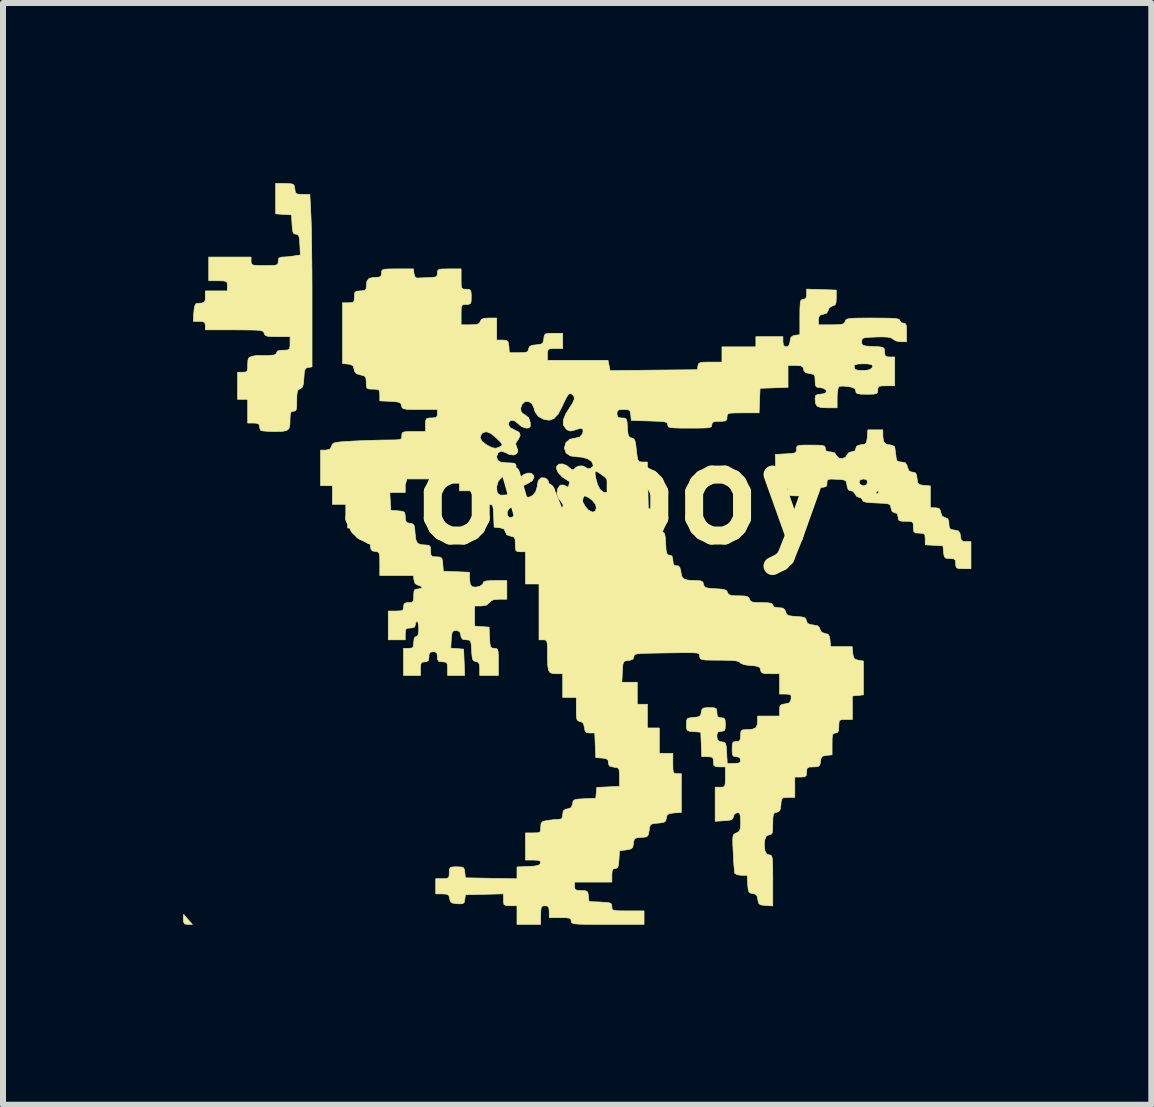
<source format=kicad_pcb>
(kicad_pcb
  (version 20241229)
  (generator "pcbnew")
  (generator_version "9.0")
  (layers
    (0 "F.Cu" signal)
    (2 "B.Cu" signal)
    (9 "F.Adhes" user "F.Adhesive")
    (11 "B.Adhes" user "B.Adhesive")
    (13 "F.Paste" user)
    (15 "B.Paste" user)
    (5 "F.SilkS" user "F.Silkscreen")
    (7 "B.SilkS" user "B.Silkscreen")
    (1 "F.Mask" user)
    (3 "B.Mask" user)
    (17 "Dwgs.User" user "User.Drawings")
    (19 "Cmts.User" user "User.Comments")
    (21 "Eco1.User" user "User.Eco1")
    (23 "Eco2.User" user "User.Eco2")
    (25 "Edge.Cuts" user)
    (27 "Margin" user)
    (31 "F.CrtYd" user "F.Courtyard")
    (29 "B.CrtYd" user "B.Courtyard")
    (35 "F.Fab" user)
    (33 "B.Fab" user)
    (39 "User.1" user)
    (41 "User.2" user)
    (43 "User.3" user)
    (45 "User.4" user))
  (footprint "cowboy"
    (layer "F.Cu")
    (at 6.665 5.184)
    (property "Reference" "cowboy" (at 0 0 0) (layer "F.SilkS") (effects (font (size 1.524 1.524) (thickness 0.3))))
    (attr through_hole)
    (fp_poly (pts (xy -6.653 7.001) (xy -6.632 7.028) (xy -6.588 7.08) (xy -6.578 7.091) (xy -6.509 7.168) (xy -6.585 7.168) (xy -6.638 7.161) (xy -6.658 7.126) (xy -6.66 7.079) (xy -6.659 7.021) (xy -6.654 7.001) (xy -6.653 7.001)) (stroke (width 0.01) (type solid)) (fill yes) (layer "F.SilkS"))
    (fp_poly (pts (xy -4.967 -5.177) (xy -4.878 -5.174) (xy -4.831 -5.164) (xy -4.811 -5.137) (xy -4.803 -5.086) (xy -4.803 -5.085) (xy -4.793 -5.029) (xy -4.768 -5.003) (xy -4.71 -4.996) (xy -4.673 -4.995) (xy -4.552 -4.995) (xy -4.534 -4.636) (xy -4.53 -4.523) (xy -4.526 -4.363) (xy -4.523 -4.165) (xy -4.52 -3.938) (xy -4.517 -3.691) (xy -4.516 -3.433) (xy -4.516 -3.198) (xy -4.516 -2.121) (xy -4.579 -2.112) (xy -4.615 -2.1) (xy -4.636 -2.07) (xy -4.647 -2.006) (xy -4.651 -1.937) (xy -4.659 -1.841) (xy -4.675 -1.787) (xy -4.702 -1.762) (xy -4.715 -1.758) (xy -4.745 -1.742) (xy -4.762 -1.706) (xy -4.769 -1.637) (xy -4.77 -1.563) (xy -4.771 -1.465) (xy -4.779 -1.41) (xy -4.798 -1.387) (xy -4.826 -1.383) (xy -4.862 -1.374) (xy -4.878 -1.339) (xy -4.882 -1.263) (xy -4.882 -1.258) (xy -4.885 -1.157) (xy -4.9 -1.094) (xy -4.939 -1.06) (xy -5.011 -1.047) (xy -5.129 -1.044) (xy -5.135 -1.044) (xy -5.241 -1.047) (xy -5.324 -1.053) (xy -5.369 -1.061) (xy -5.372 -1.063) (xy -5.388 -1.105) (xy -5.39 -1.134) (xy -5.404 -1.17) (xy -5.452 -1.184) (xy -5.489 -1.185) (xy -5.588 -1.185) (xy -5.588 -1.58) (xy -5.757 -1.58) (xy -5.757 -2.032) (xy -5.673 -2.032) (xy -5.62 -2.036) (xy -5.596 -2.057) (xy -5.588 -2.112) (xy -5.588 -2.157) (xy -5.584 -2.235) (xy -5.567 -2.275) (xy -5.526 -2.295) (xy -5.507 -2.299) (xy -5.441 -2.311) (xy -5.402 -2.312) (xy -5.36 -2.31) (xy -5.284 -2.31) (xy -5.242 -2.311) (xy -5.155 -2.318) (xy -5.114 -2.338) (xy -5.108 -2.357) (xy -5.09 -2.386) (xy -5.028 -2.398) (xy -4.995 -2.399) (xy -4.923 -2.402) (xy -4.891 -2.421) (xy -4.883 -2.472) (xy -4.882 -2.512) (xy -4.882 -2.625) (xy -5.091 -2.625) (xy -5.199 -2.626) (xy -5.264 -2.633) (xy -5.298 -2.649) (xy -5.313 -2.677) (xy -5.314 -2.681) (xy -5.322 -2.702) (xy -5.34 -2.717) (xy -5.375 -2.727) (xy -5.436 -2.733) (xy -5.531 -2.736) (xy -5.667 -2.737) (xy -5.811 -2.738) (xy -6.294 -2.738) (xy -6.294 -2.808) (xy -6.301 -2.856) (xy -6.334 -2.875) (xy -6.394 -2.879) (xy -6.494 -2.879) (xy -6.486 -3.027) (xy -6.475 -3.121) (xy -6.455 -3.169) (xy -6.435 -3.178) (xy -6.351 -3.185) (xy -6.31 -3.201) (xy -6.295 -3.237) (xy -6.294 -3.288) (xy -6.294 -3.387) (xy -5.927 -3.387) (xy -5.927 -3.471) (xy -5.929 -3.52) (xy -5.946 -3.545) (xy -5.992 -3.554) (xy -6.08 -3.556) (xy -6.237 -3.556) (xy -6.237 -3.951) (xy -5.532 -3.951) (xy -5.532 -3.881) (xy -5.529 -3.846) (xy -5.514 -3.825) (xy -5.475 -3.814) (xy -5.401 -3.81) (xy -5.306 -3.81) (xy -5.194 -3.811) (xy -5.127 -3.815) (xy -5.093 -3.828) (xy -5.081 -3.851) (xy -5.08 -3.881) (xy -5.07 -3.933) (xy -5.027 -3.95) (xy -5.002 -3.951) (xy -4.921 -3.956) (xy -4.826 -3.968) (xy -4.818 -3.969) (xy -4.711 -3.987) (xy -4.719 -4.16) (xy -4.726 -4.256) (xy -4.738 -4.308) (xy -4.76 -4.329) (xy -4.784 -4.332) (xy -4.816 -4.339) (xy -4.835 -4.37) (xy -4.845 -4.437) (xy -4.849 -4.493) (xy -4.857 -4.654) (xy -4.99 -4.662) (xy -5.122 -4.671) (xy -5.122 -5.179) (xy -4.967 -5.177)) (stroke (width 0.01) (type solid)) (fill yes) (layer "F.SilkS"))
    (fp_poly (pts (xy 4.995 -0.963) (xy 5.007 -0.876) (xy 5.05 -0.832) (xy 5.134 -0.818) (xy 5.139 -0.818) (xy 5.186 -0.797) (xy 5.196 -0.769) (xy 5.203 -0.71) (xy 5.206 -0.691) (xy 5.213 -0.642) (xy 5.217 -0.6) (xy 5.232 -0.553) (xy 5.281 -0.537) (xy 5.304 -0.536) (xy 5.365 -0.526) (xy 5.396 -0.485) (xy 5.405 -0.452) (xy 5.43 -0.389) (xy 5.477 -0.367) (xy 5.49 -0.367) (xy 5.535 -0.358) (xy 5.557 -0.322) (xy 5.565 -0.261) (xy 5.575 -0.191) (xy 5.603 -0.159) (xy 5.665 -0.148) (xy 5.68 -0.146) (xy 5.786 -0.138) (xy 5.786 0.226) (xy 5.868 0.226) (xy 5.929 0.235) (xy 5.955 0.273) (xy 5.96 0.303) (xy 5.983 0.367) (xy 6.032 0.39) (xy 6.077 0.408) (xy 6.094 0.455) (xy 6.096 0.494) (xy 6.102 0.56) (xy 6.13 0.588) (xy 6.188 0.598) (xy 6.252 0.612) (xy 6.28 0.648) (xy 6.288 0.699) (xy 6.301 0.762) (xy 6.334 0.787) (xy 6.38 0.79) (xy 6.463 0.79) (xy 6.463 1.242) (xy 6.336 1.242) (xy 6.258 1.239) (xy 6.221 1.225) (xy 6.21 1.189) (xy 6.209 1.157) (xy 6.203 1.1) (xy 6.175 1.077) (xy 6.112 1.072) (xy 6.048 1.068) (xy 6.019 1.043) (xy 6.007 0.982) (xy 6.006 0.967) (xy 5.997 0.861) (xy 5.849 0.852) (xy 5.701 0.844) (xy 5.701 0.746) (xy 5.696 0.681) (xy 5.671 0.654) (xy 5.609 0.649) (xy 5.602 0.649) (xy 5.536 0.645) (xy 5.509 0.62) (xy 5.503 0.558) (xy 5.503 0.55) (xy 5.501 0.49) (xy 5.482 0.461) (xy 5.433 0.452) (xy 5.376 0.452) (xy 5.298 0.449) (xy 5.261 0.434) (xy 5.25 0.4) (xy 5.249 0.381) (xy 5.236 0.325) (xy 5.195 0.31) (xy 5.15 0.29) (xy 5.131 0.233) (xy 5.125 0.195) (xy 5.108 0.171) (xy 5.069 0.158) (xy 4.997 0.151) (xy 4.889 0.147) (xy 4.77 0.141) (xy 4.697 0.13) (xy 4.663 0.114) (xy 4.657 0.098) (xy 4.633 0.064) (xy 4.604 0.056) (xy 4.554 0.033) (xy 4.536 0) (xy 4.513 -0.028) (xy 4.882 -0.028) (xy 4.892 -0.001) (xy 4.895 0) (xy 4.919 -0.02) (xy 4.925 -0.028) (xy 4.923 -0.054) (xy 4.912 -0.056) (xy 4.884 -0.036) (xy 4.882 -0.028) (xy 4.513 -0.028) (xy 4.498 -0.048) (xy 4.464 -0.056) (xy 4.421 -0.071) (xy 4.401 -0.123) (xy 4.397 -0.148) (xy 4.39 -0.196) (xy 4.599 -0.196) (xy 4.619 -0.16) (xy 4.669 -0.139) (xy 4.718 -0.154) (xy 4.741 -0.197) (xy 4.741 -0.198) (xy 4.725 -0.242) (xy 4.671 -0.254) (xy 4.615 -0.237) (xy 4.599 -0.196) (xy 4.39 -0.196) (xy 4.39 -0.2) (xy 4.37 -0.228) (xy 4.325 -0.241) (xy 4.238 -0.248) (xy 4.226 -0.248) (xy 4.135 -0.252) (xy 4.087 -0.246) (xy 4.067 -0.226) (xy 4.064 -0.186) (xy 4.064 -0.185) (xy 4.061 -0.146) (xy 4.043 -0.125) (xy 3.998 -0.115) (xy 3.913 -0.113) (xy 3.881 -0.113) (xy 3.782 -0.112) (xy 3.727 -0.105) (xy 3.703 -0.087) (xy 3.697 -0.054) (xy 3.697 -0.042) (xy 3.693 -0.000459) (xy 3.669 0.02) (xy 3.613 0.028) (xy 3.556 0.028) (xy 3.472 0.026) (xy 3.43 0.014) (xy 3.416 -0.014) (xy 3.415 -0.042) (xy 3.403 -0.096) (xy 3.357 -0.113) (xy 3.344 -0.113) (xy 3.29 -0.125) (xy 3.274 -0.17) (xy 3.274 -0.181) (xy 3.263 -0.237) (xy 3.243 -0.259) (xy 3.227 -0.291) (xy 3.214 -0.366) (xy 3.208 -0.466) (xy 3.203 -0.663) (xy 3.38 -0.672) (xy 3.476 -0.678) (xy 3.529 -0.688) (xy 3.551 -0.709) (xy 3.556 -0.746) (xy 3.556 -0.749) (xy 3.558 -0.783) (xy 3.573 -0.803) (xy 3.611 -0.814) (xy 3.683 -0.818) (xy 3.796 -0.818) (xy 3.913 -0.817) (xy 3.984 -0.813) (xy 4.021 -0.801) (xy 4.034 -0.781) (xy 4.036 -0.762) (xy 4.049 -0.72) (xy 4.1 -0.706) (xy 4.119 -0.706) (xy 4.19 -0.69) (xy 4.219 -0.649) (xy 4.261 -0.602) (xy 4.308 -0.593) (xy 4.373 -0.613) (xy 4.394 -0.649) (xy 4.432 -0.697) (xy 4.477 -0.706) (xy 4.53 -0.721) (xy 4.544 -0.76) (xy 4.56 -0.802) (xy 4.615 -0.821) (xy 4.636 -0.824) (xy 4.694 -0.834) (xy 4.722 -0.861) (xy 4.733 -0.922) (xy 4.736 -0.953) (xy 4.745 -1.072) (xy 4.995 -1.072) (xy 4.995 -0.963)) (stroke (width 0.01) (type solid)) (fill yes) (layer "F.SilkS"))
    (fp_poly (pts (xy -2.817 -3.676) (xy -2.8 -3.621) (xy -2.773 -3.601) (xy -2.726 -3.603) (xy -2.645 -3.606) (xy -2.582 -3.608) (xy -2.493 -3.613) (xy -2.447 -3.624) (xy -2.43 -3.649) (xy -2.427 -3.683) (xy -2.424 -3.72) (xy -2.407 -3.741) (xy -2.364 -3.751) (xy -2.282 -3.753) (xy -2.23 -3.754) (xy -2.032 -3.754) (xy -2.032 -3.584) (xy -2.031 -3.49) (xy -2.023 -3.44) (xy -2.002 -3.419) (xy -1.961 -3.415) (xy -1.947 -3.415) (xy -1.895 -3.411) (xy -1.871 -3.39) (xy -1.863 -3.336) (xy -1.863 -3.288) (xy -1.865 -3.21) (xy -1.879 -3.173) (xy -1.915 -3.162) (xy -1.947 -3.161) (xy -1.994 -3.159) (xy -2.019 -3.143) (xy -2.03 -3.101) (xy -2.032 -3.019) (xy -2.032 -2.992) (xy -2.032 -2.822) (xy -1.88 -2.822) (xy -1.789 -2.825) (xy -1.74 -2.839) (xy -1.717 -2.867) (xy -1.713 -2.879) (xy -1.693 -2.914) (xy -1.647 -2.931) (xy -1.569 -2.935) (xy -1.439 -2.935) (xy -1.439 -2.568) (xy -1.342 -2.568) (xy -1.278 -2.564) (xy -1.249 -2.539) (xy -1.238 -2.477) (xy -1.236 -2.462) (xy -1.228 -2.357) (xy -1.072 -2.357) (xy -0.982 -2.359) (xy -0.934 -2.37) (xy -0.913 -2.395) (xy -0.908 -2.419) (xy -0.892 -2.46) (xy -0.848 -2.481) (xy -0.781 -2.489) (xy -0.706 -2.498) (xy -0.67 -2.52) (xy -0.657 -2.568) (xy -0.654 -2.589) (xy -0.647 -2.642) (xy -0.627 -2.669) (xy -0.581 -2.68) (xy -0.494 -2.681) (xy -0.339 -2.681) (xy -0.339 -2.427) (xy -0.466 -2.427) (xy -0.544 -2.425) (xy -0.581 -2.411) (xy -0.592 -2.372) (xy -0.593 -2.328) (xy -0.593 -2.23) (xy 0.416 -2.23) (xy 0.433 -2.144) (xy 0.45 -2.059) (xy 1.178 -2.067) (xy 1.905 -2.074) (xy 1.914 -2.138) (xy 1.923 -2.171) (xy 1.948 -2.19) (xy 2 -2.199) (xy 2.093 -2.201) (xy 2.119 -2.201) (xy 2.314 -2.201) (xy 2.314 -2.455) (xy 2.879 -2.455) (xy 2.879 -2.625) (xy 3.33 -2.625) (xy 3.33 -2.54) (xy 3.339 -2.478) (xy 3.373 -2.456) (xy 3.385 -2.455) (xy 3.426 -2.471) (xy 3.446 -2.527) (xy 3.448 -2.547) (xy 3.463 -2.613) (xy 3.501 -2.641) (xy 3.535 -2.648) (xy 3.612 -2.657) (xy 3.612 -2.951) (xy 3.613 -3.083) (xy 3.617 -3.168) (xy 3.625 -3.217) (xy 3.639 -3.239) (xy 3.662 -3.245) (xy 3.669 -3.246) (xy 3.71 -3.259) (xy 3.725 -3.308) (xy 3.725 -3.331) (xy 3.725 -3.417) (xy 3.972 -3.409) (xy 4.219 -3.401) (xy 4.219 -3.274) (xy 4.215 -3.194) (xy 4.199 -3.154) (xy 4.163 -3.139) (xy 4.157 -3.138) (xy 4.102 -3.105) (xy 4.087 -3.067) (xy 4.059 -3.016) (xy 4 -2.997) (xy 3.944 -2.981) (xy 3.924 -2.937) (xy 3.923 -2.905) (xy 3.923 -2.822) (xy 4.137 -2.822) (xy 4.247 -2.824) (xy 4.314 -2.831) (xy 4.349 -2.846) (xy 4.364 -2.872) (xy 4.366 -2.879) (xy 4.375 -2.9) (xy 4.393 -2.915) (xy 4.43 -2.925) (xy 4.494 -2.931) (xy 4.593 -2.934) (xy 4.735 -2.935) (xy 4.829 -2.935) (xy 5 -2.934) (xy 5.123 -2.932) (xy 5.204 -2.927) (xy 5.252 -2.918) (xy 5.274 -2.905) (xy 5.278 -2.893) (xy 5.301 -2.858) (xy 5.334 -2.85) (xy 5.367 -2.844) (xy 5.384 -2.815) (xy 5.39 -2.75) (xy 5.39 -2.695) (xy 5.39 -2.54) (xy 5.295 -2.54) (xy 5.219 -2.552) (xy 5.165 -2.582) (xy 5.164 -2.583) (xy 5.133 -2.605) (xy 5.077 -2.617) (xy 4.985 -2.621) (xy 4.885 -2.619) (xy 4.768 -2.614) (xy 4.697 -2.607) (xy 4.659 -2.595) (xy 4.645 -2.573) (xy 4.643 -2.54) (xy 4.646 -2.502) (xy 4.665 -2.481) (xy 4.711 -2.469) (xy 4.797 -2.463) (xy 4.833 -2.461) (xy 4.934 -2.456) (xy 4.991 -2.447) (xy 5.016 -2.428) (xy 5.023 -2.394) (xy 5.024 -2.369) (xy 5.031 -2.31) (xy 5.064 -2.289) (xy 5.108 -2.286) (xy 5.193 -2.286) (xy 5.193 -1.806) (xy 5.052 -1.806) (xy 4.968 -1.804) (xy 4.926 -1.792) (xy 4.912 -1.764) (xy 4.911 -1.736) (xy 4.907 -1.698) (xy 4.889 -1.677) (xy 4.843 -1.667) (xy 4.757 -1.665) (xy 4.727 -1.665) (xy 4.628 -1.667) (xy 4.572 -1.675) (xy 4.548 -1.693) (xy 4.544 -1.72) (xy 4.531 -1.757) (xy 4.485 -1.78) (xy 4.419 -1.793) (xy 4.336 -1.801) (xy 4.276 -1.798) (xy 4.264 -1.793) (xy 4.247 -1.757) (xy 4.236 -1.682) (xy 4.233 -1.607) (xy 4.233 -1.439) (xy 4.067 -1.439) (xy 3.962 -1.444) (xy 3.901 -1.465) (xy 3.873 -1.511) (xy 3.866 -1.592) (xy 3.866 -1.597) (xy 3.876 -1.646) (xy 3.917 -1.664) (xy 3.949 -1.665) (xy 4.015 -1.675) (xy 4.052 -1.696) (xy 4.05 -1.734) (xy 4.005 -1.765) (xy 3.932 -1.778) (xy 3.93 -1.778) (xy 3.889 -1.786) (xy 3.87 -1.819) (xy 3.866 -1.889) (xy 3.863 -1.961) (xy 3.842 -1.995) (xy 3.792 -2.007) (xy 3.775 -2.009) (xy 3.706 -2.026) (xy 3.677 -2.066) (xy 3.674 -2.081) (xy 3.661 -2.121) (xy 3.633 -2.135) (xy 4.516 -2.135) (xy 4.528 -2.087) (xy 4.534 -2.079) (xy 4.576 -2.065) (xy 4.649 -2.061) (xy 4.727 -2.065) (xy 4.781 -2.077) (xy 4.82 -2.112) (xy 4.826 -2.134) (xy 4.809 -2.158) (xy 4.751 -2.17) (xy 4.671 -2.173) (xy 4.573 -2.168) (xy 4.524 -2.153) (xy 4.516 -2.135) (xy 3.633 -2.135) (xy 3.625 -2.14) (xy 3.55 -2.145) (xy 3.54 -2.145) (xy 3.415 -2.145) (xy 3.415 -1.78) (xy 3.182 -1.772) (xy 2.949 -1.764) (xy 2.933 -1.355) (xy 2.666 -1.355) (xy 2.542 -1.354) (xy 2.464 -1.351) (xy 2.421 -1.342) (xy 2.403 -1.324) (xy 2.399 -1.296) (xy 2.399 -1.284) (xy 2.394 -1.241) (xy 2.368 -1.22) (xy 2.306 -1.214) (xy 2.272 -1.214) (xy 2.193 -1.21) (xy 2.155 -1.195) (xy 2.145 -1.161) (xy 2.145 -1.157) (xy 2.142 -1.134) (xy 2.126 -1.118) (xy 2.09 -1.108) (xy 2.023 -1.103) (xy 1.917 -1.101) (xy 1.778 -1.101) (xy 1.628 -1.101) (xy 1.526 -1.104) (xy 1.462 -1.109) (xy 1.427 -1.12) (xy 1.414 -1.136) (xy 1.411 -1.156) (xy 1.407 -1.181) (xy 1.388 -1.197) (xy 1.344 -1.208) (xy 1.265 -1.214) (xy 1.143 -1.219) (xy 1.108 -1.22) (xy 0.804 -1.228) (xy 0.795 -1.319) (xy 0.785 -1.379) (xy 0.758 -1.405) (xy 0.696 -1.411) (xy 0.676 -1.411) (xy 0.604 -1.407) (xy 0.572 -1.388) (xy 0.564 -1.345) (xy 0.564 -1.341) (xy 0.574 -1.29) (xy 0.613 -1.272) (xy 0.648 -1.27) (xy 0.695 -1.267) (xy 0.72 -1.25) (xy 0.733 -1.204) (xy 0.739 -1.116) (xy 0.739 -1.108) (xy 0.747 -1.015) (xy 0.761 -0.964) (xy 0.787 -0.942) (xy 0.809 -0.937) (xy 0.842 -0.926) (xy 0.863 -0.895) (xy 0.877 -0.832) (xy 0.889 -0.732) (xy 0.901 -0.63) (xy 0.913 -0.571) (xy 0.933 -0.544) (xy 0.966 -0.537) (xy 0.99 -0.536) (xy 1.071 -0.536) (xy 1.079 -0.148) (xy 1.087 0.24) (xy 1.164 0.249) (xy 1.206 0.257) (xy 1.229 0.277) (xy 1.239 0.323) (xy 1.242 0.408) (xy 1.242 0.437) (xy 1.244 0.535) (xy 1.252 0.591) (xy 1.271 0.616) (xy 1.305 0.626) (xy 1.339 0.636) (xy 1.36 0.663) (xy 1.37 0.719) (xy 1.377 0.818) (xy 1.377 0.826) (xy 1.383 0.928) (xy 1.394 0.985) (xy 1.413 1.011) (xy 1.441 1.016) (xy 1.481 1.03) (xy 1.495 1.081) (xy 1.496 1.101) (xy 1.504 1.161) (xy 1.524 1.189) (xy 1.524 1.189) (xy 1.578 1.195) (xy 1.587 1.196) (xy 1.613 1.223) (xy 1.63 1.286) (xy 1.631 1.302) (xy 1.645 1.37) (xy 1.679 1.411) (xy 1.745 1.432) (xy 1.854 1.439) (xy 1.882 1.439) (xy 1.959 1.444) (xy 1.995 1.463) (xy 2.009 1.503) (xy 2.019 1.537) (xy 2.046 1.557) (xy 2.103 1.568) (xy 2.203 1.575) (xy 2.205 1.575) (xy 2.309 1.582) (xy 2.368 1.594) (xy 2.398 1.616) (xy 2.407 1.638) (xy 2.424 1.669) (xy 2.461 1.686) (xy 2.534 1.693) (xy 2.591 1.693) (xy 2.687 1.696) (xy 2.741 1.707) (xy 2.767 1.73) (xy 2.774 1.75) (xy 2.789 1.78) (xy 2.823 1.798) (xy 2.888 1.805) (xy 2.975 1.806) (xy 3.079 1.809) (xy 3.137 1.819) (xy 3.159 1.838) (xy 3.161 1.849) (xy 3.182 1.88) (xy 3.251 1.891) (xy 3.259 1.891) (xy 3.33 1.898) (xy 3.364 1.929) (xy 3.375 1.96) (xy 3.391 2) (xy 3.424 2.022) (xy 3.488 2.033) (xy 3.552 2.038) (xy 3.644 2.045) (xy 3.694 2.059) (xy 3.715 2.086) (xy 3.72 2.108) (xy 3.739 2.152) (xy 3.79 2.173) (xy 3.833 2.179) (xy 3.906 2.192) (xy 3.939 2.223) (xy 3.946 2.249) (xy 3.974 2.301) (xy 4.03 2.32) (xy 4.082 2.334) (xy 4.106 2.372) (xy 4.115 2.434) (xy 4.124 2.54) (xy 4.484 2.54) (xy 4.493 2.646) (xy 4.505 2.717) (xy 4.534 2.751) (xy 4.586 2.766) (xy 4.671 2.78) (xy 4.671 3.344) (xy 4.579 3.353) (xy 4.487 3.362) (xy 4.487 3.754) (xy 4.374 3.754) (xy 4.302 3.756) (xy 4.27 3.775) (xy 4.262 3.827) (xy 4.262 3.866) (xy 4.257 3.94) (xy 4.238 3.973) (xy 4.205 3.979) (xy 4.174 3.985) (xy 4.157 4.011) (xy 4.15 4.069) (xy 4.149 4.161) (xy 4.149 4.343) (xy 4.057 4.351) (xy 3.992 4.365) (xy 3.964 4.402) (xy 3.956 4.452) (xy 3.946 4.511) (xy 3.919 4.537) (xy 3.857 4.544) (xy 3.836 4.544) (xy 3.765 4.547) (xy 3.733 4.566) (xy 3.725 4.612) (xy 3.725 4.628) (xy 3.72 4.685) (xy 3.692 4.709) (xy 3.627 4.713) (xy 3.528 4.713) (xy 3.528 5.052) (xy 3.417 5.052) (xy 3.347 5.055) (xy 3.313 5.073) (xy 3.3 5.124) (xy 3.297 5.172) (xy 3.286 5.25) (xy 3.262 5.288) (xy 3.224 5.301) (xy 3.19 5.31) (xy 3.171 5.336) (xy 3.163 5.392) (xy 3.161 5.49) (xy 3.161 5.491) (xy 3.159 5.59) (xy 3.151 5.645) (xy 3.132 5.668) (xy 3.107 5.673) (xy 3.054 5.694) (xy 3.026 5.762) (xy 3.02 5.842) (xy 3.031 5.945) (xy 3.066 6) (xy 3.107 6.011) (xy 3.128 6.015) (xy 3.142 6.031) (xy 3.152 6.067) (xy 3.157 6.133) (xy 3.16 6.236) (xy 3.161 6.385) (xy 3.161 6.436) (xy 3.161 6.861) (xy 3.041 6.853) (xy 2.965 6.844) (xy 2.929 6.822) (xy 2.915 6.776) (xy 2.912 6.754) (xy 2.897 6.689) (xy 2.858 6.661) (xy 2.828 6.655) (xy 2.783 6.645) (xy 2.759 6.619) (xy 2.748 6.561) (xy 2.743 6.498) (xy 2.735 6.35) (xy 2.636 6.35) (xy 2.568 6.341) (xy 2.529 6.319) (xy 2.527 6.315) (xy 2.522 6.273) (xy 2.514 6.189) (xy 2.507 6.075) (xy 2.502 5.975) (xy 2.495 5.841) (xy 2.494 5.752) (xy 2.499 5.698) (xy 2.511 5.669) (xy 2.534 5.653) (xy 2.556 5.644) (xy 2.596 5.622) (xy 2.616 5.587) (xy 2.624 5.52) (xy 2.625 5.462) (xy 2.622 5.372) (xy 2.611 5.324) (xy 2.588 5.307) (xy 2.57 5.306) (xy 2.521 5.33) (xy 2.507 5.369) (xy 2.494 5.407) (xy 2.46 5.428) (xy 2.391 5.439) (xy 2.349 5.441) (xy 2.201 5.45) (xy 2.201 4.882) (xy 2.286 4.882) (xy 2.333 4.88) (xy 2.358 4.865) (xy 2.369 4.823) (xy 2.371 4.741) (xy 2.371 4.713) (xy 2.371 4.544) (xy 2.272 4.544) (xy 2.206 4.539) (xy 2.178 4.515) (xy 2.173 4.459) (xy 2.167 4.402) (xy 2.139 4.379) (xy 2.076 4.374) (xy 1.978 4.374) (xy 1.961 3.965) (xy 1.841 3.957) (xy 1.766 3.949) (xy 1.732 3.929) (xy 1.722 3.881) (xy 1.722 3.838) (xy 1.724 3.769) (xy 1.743 3.736) (xy 1.794 3.724) (xy 1.841 3.72) (xy 1.918 3.71) (xy 1.955 3.689) (xy 1.969 3.644) (xy 1.97 3.634) (xy 1.981 3.585) (xy 2.009 3.563) (xy 2.072 3.556) (xy 2.104 3.556) (xy 2.182 3.559) (xy 2.218 3.573) (xy 2.229 3.61) (xy 2.23 3.641) (xy 2.237 3.701) (xy 2.269 3.723) (xy 2.3 3.725) (xy 2.346 3.731) (xy 2.366 3.761) (xy 2.371 3.828) (xy 2.371 3.838) (xy 2.367 3.911) (xy 2.349 3.943) (xy 2.306 3.951) (xy 2.3 3.951) (xy 2.249 3.961) (xy 2.231 4) (xy 2.23 4.034) (xy 2.239 4.095) (xy 2.277 4.121) (xy 2.307 4.126) (xy 2.35 4.134) (xy 2.374 4.156) (xy 2.386 4.205) (xy 2.392 4.294) (xy 2.393 4.311) (xy 2.402 4.487) (xy 2.513 4.487) (xy 2.586 4.482) (xy 2.619 4.463) (xy 2.625 4.431) (xy 2.608 4.387) (xy 2.554 4.374) (xy 2.511 4.369) (xy 2.49 4.343) (xy 2.484 4.282) (xy 2.484 4.247) (xy 2.486 4.169) (xy 2.501 4.132) (xy 2.535 4.121) (xy 2.554 4.12) (xy 2.602 4.113) (xy 2.621 4.08) (xy 2.625 4.022) (xy 2.629 3.955) (xy 2.654 3.928) (xy 2.715 3.923) (xy 2.721 3.923) (xy 2.823 3.916) (xy 2.88 3.89) (xy 2.904 3.838) (xy 2.907 3.793) (xy 2.907 3.697) (xy 3.274 3.697) (xy 3.274 3.6) (xy 3.279 3.534) (xy 3.307 3.505) (xy 3.365 3.494) (xy 3.431 3.48) (xy 3.46 3.442) (xy 3.466 3.408) (xy 3.467 3.356) (xy 3.442 3.335) (xy 3.377 3.33) (xy 3.374 3.33) (xy 3.274 3.33) (xy 3.274 2.992) (xy 3.121 2.992) (xy 3.031 2.989) (xy 2.984 2.978) (xy 2.963 2.952) (xy 2.958 2.928) (xy 2.946 2.891) (xy 2.914 2.87) (xy 2.847 2.859) (xy 2.794 2.856) (xy 2.688 2.842) (xy 2.626 2.817) (xy 2.616 2.806) (xy 2.593 2.788) (xy 2.542 2.776) (xy 2.455 2.769) (xy 2.323 2.766) (xy 2.272 2.766) (xy 2.134 2.765) (xy 2.042 2.763) (xy 1.987 2.756) (xy 1.958 2.743) (xy 1.946 2.722) (xy 1.942 2.702) (xy 1.94 2.682) (xy 1.937 2.666) (xy 1.926 2.655) (xy 1.9 2.647) (xy 1.852 2.643) (xy 1.777 2.641) (xy 1.666 2.641) (xy 1.515 2.643) (xy 1.315 2.646) (xy 1.256 2.647) (xy 1.096 2.65) (xy 0.984 2.653) (xy 0.912 2.659) (xy 0.871 2.669) (xy 0.852 2.683) (xy 0.847 2.703) (xy 0.847 2.708) (xy 0.831 2.749) (xy 0.775 2.769) (xy 0.755 2.771) (xy 0.705 2.778) (xy 0.677 2.796) (xy 0.663 2.838) (xy 0.657 2.919) (xy 0.655 2.956) (xy 0.646 3.133) (xy 0.903 3.133) (xy 0.903 3.5) (xy 1.072 3.5) (xy 1.072 3.895) (xy 1.27 3.895) (xy 1.27 4.318) (xy 1.496 4.318) (xy 1.496 4.487) (xy 1.497 4.581) (xy 1.505 4.632) (xy 1.526 4.653) (xy 1.564 4.657) (xy 1.566 4.657) (xy 1.637 4.657) (xy 1.637 5.303) (xy 1.517 5.311) (xy 1.44 5.321) (xy 1.403 5.343) (xy 1.389 5.388) (xy 1.388 5.396) (xy 1.377 5.443) (xy 1.348 5.467) (xy 1.284 5.478) (xy 1.247 5.481) (xy 1.167 5.488) (xy 1.126 5.506) (xy 1.108 5.548) (xy 1.101 5.602) (xy 1.088 5.674) (xy 1.063 5.707) (xy 1.008 5.717) (xy 0.98 5.718) (xy 0.899 5.724) (xy 0.858 5.743) (xy 0.842 5.789) (xy 0.838 5.832) (xy 0.827 5.885) (xy 0.794 5.912) (xy 0.722 5.926) (xy 0.719 5.927) (xy 0.607 5.941) (xy 0.598 6.089) (xy 0.59 6.177) (xy 0.575 6.222) (xy 0.546 6.237) (xy 0.535 6.237) (xy 0.499 6.247) (xy 0.483 6.287) (xy 0.48 6.35) (xy 0.48 6.463) (xy -0.141 6.463) (xy -0.141 6.533) (xy -0.135 6.579) (xy -0.105 6.599) (xy -0.037 6.604) (xy -0.03 6.604) (xy 0.042 6.608) (xy 0.076 6.628) (xy 0.088 6.679) (xy 0.09 6.696) (xy 0.099 6.787) (xy 0.289 6.796) (xy 0.39 6.802) (xy 0.447 6.811) (xy 0.473 6.829) (xy 0.48 6.861) (xy 0.48 6.873) (xy 0.482 6.905) (xy 0.495 6.926) (xy 0.53 6.937) (xy 0.596 6.942) (xy 0.706 6.943) (xy 0.748 6.943) (xy 1.016 6.943) (xy 1.016 7.168) (xy 0.409 7.168) (xy 0.21 7.168) (xy 0.059 7.167) (xy -0.049 7.165) (xy -0.121 7.16) (xy -0.165 7.153) (xy -0.188 7.142) (xy -0.196 7.127) (xy -0.198 7.112) (xy -0.203 7.081) (xy -0.229 7.064) (xy -0.286 7.057) (xy -0.381 7.056) (xy -0.564 7.056) (xy -0.564 6.957) (xy -0.57 6.89) (xy -0.593 6.863) (xy -0.635 6.858) (xy -0.675 6.862) (xy -0.696 6.883) (xy -0.704 6.936) (xy -0.706 7.013) (xy -0.706 7.168) (xy -1.101 7.168) (xy -1.101 6.858) (xy -1.214 6.858) (xy -1.286 6.855) (xy -1.318 6.837) (xy -1.326 6.788) (xy -1.326 6.758) (xy -1.326 6.659) (xy -1.961 6.675) (xy -1.971 6.754) (xy -1.981 6.803) (xy -2.008 6.824) (xy -2.068 6.826) (xy -2.098 6.824) (xy -2.173 6.814) (xy -2.21 6.792) (xy -2.223 6.746) (xy -2.224 6.738) (xy -2.236 6.688) (xy -2.268 6.666) (xy -2.338 6.66) (xy -2.344 6.66) (xy -2.455 6.66) (xy -2.455 6.406) (xy -2.342 6.406) (xy -2.27 6.403) (xy -2.238 6.385) (xy -2.23 6.337) (xy -2.23 6.308) (xy -2.227 6.247) (xy -2.208 6.218) (xy -2.158 6.209) (xy -2.104 6.209) (xy -2.027 6.212) (xy -1.989 6.227) (xy -1.974 6.267) (xy -1.97 6.301) (xy -1.961 6.392) (xy -1.531 6.4) (xy -1.101 6.408) (xy -1.101 6.211) (xy -0.91 6.203) (xy -0.805 6.196) (xy -0.745 6.183) (xy -0.717 6.162) (xy -0.711 6.145) (xy -0.714 6.115) (xy -0.748 6.1) (xy -0.824 6.096) (xy -0.83 6.096) (xy -0.96 6.096) (xy -0.96 5.644) (xy -0.833 5.644) (xy -0.755 5.642) (xy -0.718 5.628) (xy -0.706 5.59) (xy -0.706 5.549) (xy -0.7 5.486) (xy -0.674 5.455) (xy -0.609 5.438) (xy -0.6 5.437) (xy -0.506 5.425) (xy -0.421 5.419) (xy -0.416 5.419) (xy -0.361 5.411) (xy -0.341 5.374) (xy -0.339 5.336) (xy -0.33 5.275) (xy -0.291 5.249) (xy -0.261 5.244) (xy -0.2 5.224) (xy -0.176 5.17) (xy -0.175 5.159) (xy -0.167 5.118) (xy -0.146 5.094) (xy -0.099 5.082) (xy -0.013 5.076) (xy 0.023 5.074) (xy 0.212 5.066) (xy 0.22 4.975) (xy 0.229 4.885) (xy 0.418 4.877) (xy 0.607 4.868) (xy 0.607 4.713) (xy 0.605 4.624) (xy 0.596 4.577) (xy 0.569 4.557) (xy 0.518 4.549) (xy 0.515 4.549) (xy 0.45 4.535) (xy 0.426 4.502) (xy 0.423 4.473) (xy 0.415 4.428) (xy 0.379 4.406) (xy 0.318 4.397) (xy 0.212 4.389) (xy 0.203 4.184) (xy 0.195 3.979) (xy 0.113 3.979) (xy 0.056 3.972) (xy 0.031 3.937) (xy 0.023 3.888) (xy 0.006 3.819) (xy -0.034 3.79) (xy -0.049 3.787) (xy -0.083 3.778) (xy -0.102 3.753) (xy -0.111 3.701) (xy -0.113 3.608) (xy -0.113 3.582) (xy -0.113 3.387) (xy -0.339 3.387) (xy -0.339 2.992) (xy -0.449 2.992) (xy -0.51 2.988) (xy -0.551 2.971) (xy -0.576 2.932) (xy -0.588 2.86) (xy -0.592 2.747) (xy -0.593 2.665) (xy -0.593 2.549) (xy -0.598 2.479) (xy -0.609 2.443) (xy -0.63 2.429) (xy -0.663 2.427) (xy -0.734 2.427) (xy -0.734 1.496) (xy -0.96 1.496) (xy -0.96 0.96) (xy -1.044 0.96) (xy -1.097 0.956) (xy -1.121 0.934) (xy -1.128 0.879) (xy -1.129 0.834) (xy -1.132 0.756) (xy -1.148 0.718) (xy -1.186 0.703) (xy -1.206 0.7) (xy -1.271 0.677) (xy -1.293 0.63) (xy -1.316 0.582) (xy -1.376 0.561) (xy -1.392 0.559) (xy -1.482 0.55) (xy -1.49 0.36) (xy -1.494 0.292) (xy -1.264 0.292) (xy -1.261 0.349) (xy -1.23 0.391) (xy -1.181 0.382) (xy -1.167 0.374) (xy -1.138 0.332) (xy -1.125 0.282) (xy -1.127 0.228) (xy -1.163 0.212) (xy -1.168 0.212) (xy -1.229 0.236) (xy -1.264 0.292) (xy -1.494 0.292) (xy -1.495 0.259) (xy -1.504 0.202) (xy -1.523 0.176) (xy -1.557 0.17) (xy -1.582 0.169) (xy -1.635 0.165) (xy -1.659 0.14) (xy -1.665 0.08) (xy -1.665 0.056) (xy -1.665 -0.056) (xy -2.06 -0.056) (xy -2.06 -0.254) (xy -2.963 -0.254) (xy -2.963 -0.028) (xy -3.22 -0.028) (xy -3.212 0.12) (xy -3.203 0.268) (xy -3.083 0.277) (xy -3.008 0.285) (xy -2.973 0.305) (xy -2.964 0.349) (xy -2.963 0.381) (xy -2.957 0.447) (xy -2.929 0.476) (xy -2.886 0.485) (xy -2.841 0.494) (xy -2.816 0.519) (xy -2.805 0.574) (xy -2.799 0.648) (xy -2.788 0.753) (xy -2.761 0.813) (xy -2.71 0.84) (xy -2.632 0.846) (xy -2.57 0.851) (xy -2.545 0.878) (xy -2.54 0.943) (xy -2.54 0.945) (xy -2.536 1.012) (xy -2.511 1.039) (xy -2.449 1.044) (xy -2.443 1.044) (xy -2.382 1.048) (xy -2.352 1.069) (xy -2.34 1.124) (xy -2.337 1.164) (xy -2.328 1.284) (xy -2.11 1.292) (xy -1.891 1.301) (xy -1.891 1.413) (xy -1.88 1.503) (xy -1.848 1.542) (xy -1.784 1.549) (xy -1.718 1.533) (xy -1.673 1.502) (xy -1.665 1.481) (xy -1.653 1.458) (xy -1.61 1.445) (xy -1.526 1.44) (xy -1.468 1.439) (xy -1.27 1.439) (xy -1.27 1.75) (xy -1.397 1.75) (xy -1.488 1.757) (xy -1.541 1.784) (xy -1.559 1.806) (xy -1.61 1.849) (xy -1.698 1.863) (xy -1.7 1.863) (xy -1.806 1.863) (xy -1.806 2.198) (xy -1.686 2.207) (xy -1.566 2.215) (xy -1.558 2.392) (xy -1.552 2.488) (xy -1.541 2.541) (xy -1.52 2.563) (xy -1.484 2.568) (xy -1.48 2.568) (xy -1.446 2.571) (xy -1.425 2.586) (xy -1.415 2.626) (xy -1.412 2.701) (xy -1.411 2.794) (xy -1.411 3.02) (xy -1.722 3.02) (xy -1.722 2.909) (xy -1.727 2.835) (xy -1.748 2.8) (xy -1.785 2.789) (xy -1.82 2.778) (xy -1.841 2.75) (xy -1.851 2.69) (xy -1.857 2.603) (xy -1.863 2.507) (xy -1.873 2.455) (xy -1.894 2.432) (xy -1.933 2.427) (xy -1.947 2.427) (xy -2.007 2.418) (xy -2.033 2.378) (xy -2.037 2.349) (xy -2.055 2.291) (xy -2.101 2.272) (xy -2.117 2.272) (xy -2.158 2.277) (xy -2.181 2.301) (xy -2.191 2.359) (xy -2.196 2.418) (xy -2.204 2.565) (xy -2.097 2.573) (xy -1.99 2.582) (xy -1.981 2.801) (xy -1.973 3.02) (xy -2.258 3.02) (xy -2.258 2.907) (xy -2.261 2.835) (xy -2.279 2.802) (xy -2.324 2.794) (xy -2.342 2.794) (xy -2.402 2.787) (xy -2.425 2.754) (xy -2.427 2.709) (xy -2.435 2.649) (xy -2.467 2.627) (xy -2.498 2.625) (xy -2.548 2.634) (xy -2.567 2.673) (xy -2.568 2.709) (xy -2.576 2.77) (xy -2.608 2.792) (xy -2.639 2.794) (xy -2.684 2.8) (xy -2.704 2.829) (xy -2.709 2.897) (xy -2.709 2.907) (xy -2.709 3.02) (xy -2.992 3.02) (xy -2.992 2.568) (xy -2.907 2.568) (xy -2.85 2.563) (xy -2.827 2.535) (xy -2.822 2.469) (xy -2.813 2.396) (xy -2.784 2.371) (xy -2.78 2.371) (xy -2.752 2.354) (xy -2.739 2.298) (xy -2.738 2.244) (xy -2.743 2.168) (xy -2.757 2.122) (xy -2.766 2.117) (xy -2.789 2.14) (xy -2.794 2.173) (xy -2.807 2.214) (xy -2.857 2.229) (xy -2.879 2.23) (xy -2.936 2.235) (xy -2.959 2.263) (xy -2.963 2.328) (xy -2.963 2.427) (xy -3.246 2.427) (xy -3.246 1.947) (xy -3.119 1.947) (xy -3.04 1.944) (xy -3.003 1.93) (xy -2.992 1.896) (xy -2.992 1.877) (xy -2.982 1.826) (xy -2.944 1.808) (xy -2.907 1.806) (xy -2.853 1.802) (xy -2.828 1.778) (xy -2.822 1.718) (xy -2.822 1.693) (xy -2.818 1.621) (xy -2.8 1.588) (xy -2.758 1.58) (xy -2.752 1.58) (xy -2.694 1.569) (xy -2.685 1.545) (xy -2.726 1.522) (xy -2.745 1.519) (xy -2.797 1.492) (xy -2.817 1.432) (xy -2.826 1.355) (xy -3.387 1.355) (xy -3.387 1.159) (xy -3.388 1.056) (xy -3.394 0.997) (xy -3.41 0.968) (xy -3.442 0.957) (xy -3.464 0.954) (xy -3.506 0.947) (xy -3.53 0.926) (xy -3.542 0.881) (xy -3.548 0.796) (xy -3.55 0.755) (xy -3.559 0.564) (xy -3.923 0.564) (xy -3.923 0.169) (xy -4.177 0.169) (xy -4.177 -0.141) (xy -4.374 -0.141) (xy -4.374 -0.619) (xy -1.439 -0.619) (xy -1.424 -0.565) (xy -1.371 -0.534) (xy -1.274 -0.523) (xy -1.242 -0.522) (xy -1.162 -0.518) (xy -1.125 -0.503) (xy -1.115 -0.47) (xy -1.115 -0.466) (xy -1.139 -0.415) (xy -1.213 -0.363) (xy -1.239 -0.349) (xy -1.35 -0.285) (xy -1.413 -0.216) (xy -1.438 -0.129) (xy -1.439 -0.094) (xy -1.43 -0.025) (xy -1.396 0.008) (xy -1.371 0.016) (xy -1.275 0.013) (xy -1.188 -0.039) (xy -1.117 -0.136) (xy -1.087 -0.209) (xy -1.046 -0.279) (xy -0.987 -0.328) (xy -0.921 -0.352) (xy -0.862 -0.349) (xy -0.825 -0.314) (xy -0.818 -0.278) (xy -0.846 -0.224) (xy -0.915 -0.182) (xy -1 -0.139) (xy -1.035 -0.093) (xy -1.026 -0.035) (xy -1.015 -0.011) (xy -0.963 0.042) (xy -0.901 0.051) (xy -0.839 0.021) (xy -0.789 -0.041) (xy -0.763 -0.128) (xy -0.762 -0.153) (xy -0.744 -0.232) (xy -0.697 -0.274) (xy -0.634 -0.27) (xy -0.602 -0.25) (xy -0.579 -0.219) (xy -0.569 -0.166) (xy -0.572 -0.079) (xy -0.577 -0.025) (xy -0.579 0.132) (xy -0.556 0.266) (xy -0.511 0.368) (xy -0.447 0.43) (xy -0.369 0.446) (xy -0.319 0.431) (xy -0.295 0.39) (xy -0.288 0.336) (xy -0.298 0.235) (xy -0.347 0.152) (xy -0.4 0.077) (xy -0.023 0.077) (xy -0.000228 0.139) (xy 0.038 0.207) (xy 0.084 0.26) (xy 0.095 0.269) (xy 0.162 0.3) (xy 0.204 0.281) (xy 0.221 0.229) (xy 0.208 0.172) (xy 0.163 0.112) (xy 0.101 0.061) (xy 0.038 0.031) (xy -0.013 0.033) (xy -0.02 0.039) (xy -0.023 0.077) (xy -0.4 0.077) (xy -0.412 0.06) (xy -0.436 -0.015) (xy -0.424 -0.086) (xy -0.418 -0.1) (xy -0.382 -0.15) (xy -0.332 -0.154) (xy -0.327 -0.152) (xy -0.267 -0.127) (xy -0.241 -0.11) (xy -0.192 -0.086) (xy -0.152 -0.098) (xy -0.141 -0.126) (xy -0.164 -0.164) (xy -0.223 -0.208) (xy -0.254 -0.226) (xy -0.348 -0.288) (xy -0.391 -0.334) (xy 0.201 -0.334) (xy 0.209 -0.279) (xy 0.241 -0.159) (xy 0.288 -0.074) (xy 0.346 -0.03) (xy 0.406 -0.033) (xy 0.45 -0.069) (xy 0.472 -0.134) (xy 0.441 -0.208) (xy 0.361 -0.287) (xy 0.359 -0.289) (xy 0.272 -0.352) (xy 0.222 -0.382) (xy 0.201 -0.376) (xy 0.201 -0.334) (xy -0.391 -0.334) (xy -0.415 -0.36) (xy -0.445 -0.43) (xy -0.441 -0.465) (xy -0.402 -0.501) (xy -0.338 -0.504) (xy -0.27 -0.477) (xy -0.238 -0.449) (xy -0.193 -0.413) (xy -0.136 -0.401) (xy -0.057 -0.407) (xy 0.032 -0.418) (xy 0.104 -0.427) (xy 0.12 -0.429) (xy 0.162 -0.458) (xy 0.169 -0.484) (xy 0.143 -0.545) (xy 0.073 -0.592) (xy -0.031 -0.618) (xy -0.089 -0.621) (xy -0.209 -0.637) (xy -0.282 -0.684) (xy -0.31 -0.764) (xy -0.31 -0.776) (xy -0.286 -0.86) (xy -0.22 -0.916) (xy -0.145 -0.931) (xy -0.057 -0.951) (xy -0.008 -1.006) (xy 0 -1.05) (xy -0.006 -1.087) (xy -0.033 -1.098) (xy -0.094 -1.084) (xy -0.138 -1.069) (xy -0.208 -1.052) (xy -0.257 -1.067) (xy -0.284 -1.088) (xy -0.329 -1.154) (xy -0.33 -1.236) (xy -0.287 -1.34) (xy -0.24 -1.415) (xy -0.177 -1.513) (xy -0.148 -1.579) (xy -0.149 -1.625) (xy -0.179 -1.661) (xy -0.18 -1.662) (xy -0.21 -1.678) (xy -0.24 -1.665) (xy -0.274 -1.617) (xy -0.319 -1.527) (xy -0.348 -1.463) (xy -0.415 -1.335) (xy -0.485 -1.26) (xy -0.564 -1.232) (xy -0.651 -1.246) (xy -0.745 -1.295) (xy -0.799 -1.371) (xy -0.818 -1.436) (xy -0.854 -1.511) (xy -0.91 -1.546) (xy -0.971 -1.54) (xy -1.02 -1.493) (xy -1.039 -1.432) (xy -1.032 -1.371) (xy -0.984 -1.329) (xy -0.968 -1.322) (xy -0.905 -1.272) (xy -0.88 -1.194) (xy -0.88 -1.192) (xy -0.879 -1.129) (xy -0.902 -1.105) (xy -0.945 -1.101) (xy -1.024 -1.125) (xy -1.083 -1.176) (xy -1.145 -1.225) (xy -1.201 -1.232) (xy -1.236 -1.197) (xy -1.242 -1.16) (xy -1.218 -1.111) (xy -1.143 -1.072) (xy -1.143 -1.072) (xy -1.067 -1.032) (xy -1.047 -0.979) (xy -1.08 -0.911) (xy -1.092 -0.897) (xy -1.124 -0.846) (xy -1.112 -0.798) (xy -1.107 -0.79) (xy -1.085 -0.722) (xy -1.106 -0.674) (xy -1.158 -0.652) (xy -1.231 -0.662) (xy -1.293 -0.694) (xy -1.362 -0.717) (xy -1.416 -0.692) (xy -1.439 -0.626) (xy -1.439 -0.619) (xy -4.374 -0.619) (xy -4.374 -0.734) (xy -4.29 -0.734) (xy -4.224 -0.746) (xy -4.193 -0.789) (xy -4.19 -0.8) (xy -4.18 -0.828) (xy -4.16 -0.848) (xy -4.122 -0.861) (xy -4.054 -0.87) (xy -3.947 -0.878) (xy -3.832 -0.885) (xy -3.669 -0.892) (xy -3.498 -0.898) (xy -3.344 -0.902) (xy -3.255 -0.903) (xy -3.14 -0.904) (xy -3.071 -0.908) (xy -3.035 -0.919) (xy -3.022 -0.941) (xy -3.022 -0.942) (xy -1.715 -0.942) (xy -1.683 -0.88) (xy -1.603 -0.819) (xy -1.517 -0.775) (xy -1.453 -0.765) (xy -1.387 -0.788) (xy -1.38 -0.792) (xy -1.352 -0.811) (xy -1.351 -0.835) (xy -1.382 -0.875) (xy -1.441 -0.933) (xy -1.536 -1.011) (xy -1.611 -1.041) (xy -1.671 -1.024) (xy -1.693 -1.002) (xy -1.715 -0.942) (xy -3.022 -0.942) (xy -3.02 -0.974) (xy -3.017 -1.011) (xy -3 -1.032) (xy -2.957 -1.041) (xy -2.875 -1.044) (xy -2.822 -1.044) (xy -2.625 -1.044) (xy -2.625 -1.157) (xy -2.622 -1.229) (xy -2.603 -1.262) (xy -2.555 -1.27) (xy -2.526 -1.27) (xy -2.459 -1.275) (xy -2.432 -1.299) (xy -2.427 -1.341) (xy -2.427 -1.411) (xy -2.721 -1.411) (xy -2.853 -1.412) (xy -2.939 -1.415) (xy -2.988 -1.423) (xy -3.013 -1.438) (xy -3.023 -1.462) (xy -3.025 -1.475) (xy -3.036 -1.51) (xy -3.064 -1.53) (xy -3.124 -1.541) (xy -3.21 -1.547) (xy -3.387 -1.555) (xy -3.387 -1.652) (xy -3.39 -1.715) (xy -3.412 -1.742) (xy -3.467 -1.75) (xy -3.5 -1.75) (xy -3.572 -1.753) (xy -3.604 -1.771) (xy -3.612 -1.822) (xy -3.612 -1.86) (xy -3.617 -1.932) (xy -3.639 -1.967) (xy -3.695 -1.985) (xy -3.709 -1.987) (xy -3.779 -2.009) (xy -3.809 -2.049) (xy -3.815 -2.082) (xy -3.832 -2.138) (xy -3.876 -2.162) (xy -3.916 -2.168) (xy -4.008 -2.177) (xy -4.008 -3.189) (xy -3.909 -3.189) (xy -3.843 -3.193) (xy -3.815 -3.218) (xy -3.81 -3.28) (xy -3.81 -3.288) (xy -3.806 -3.354) (xy -3.781 -3.381) (xy -3.719 -3.387) (xy -3.711 -3.387) (xy -3.644 -3.392) (xy -3.617 -3.416) (xy -3.612 -3.455) (xy -3.603 -3.546) (xy -3.567 -3.595) (xy -3.495 -3.612) (xy -3.468 -3.612) (xy -3.397 -3.617) (xy -3.366 -3.636) (xy -3.358 -3.68) (xy -3.358 -3.683) (xy -3.357 -3.716) (xy -3.344 -3.736) (xy -3.31 -3.748) (xy -3.243 -3.752) (xy -3.135 -3.754) (xy -3.092 -3.754) (xy -2.826 -3.754) (xy -2.817 -3.676)) (stroke (width 0.01) (type solid)) (fill yes) (layer "F.SilkS")))
  (gr_rect
    (start -3 -3)
    (end 16.133 15.357)
    (stroke (width 0.1) (type default))
    (fill no)
    (layer "Edge.Cuts")))
</source>
